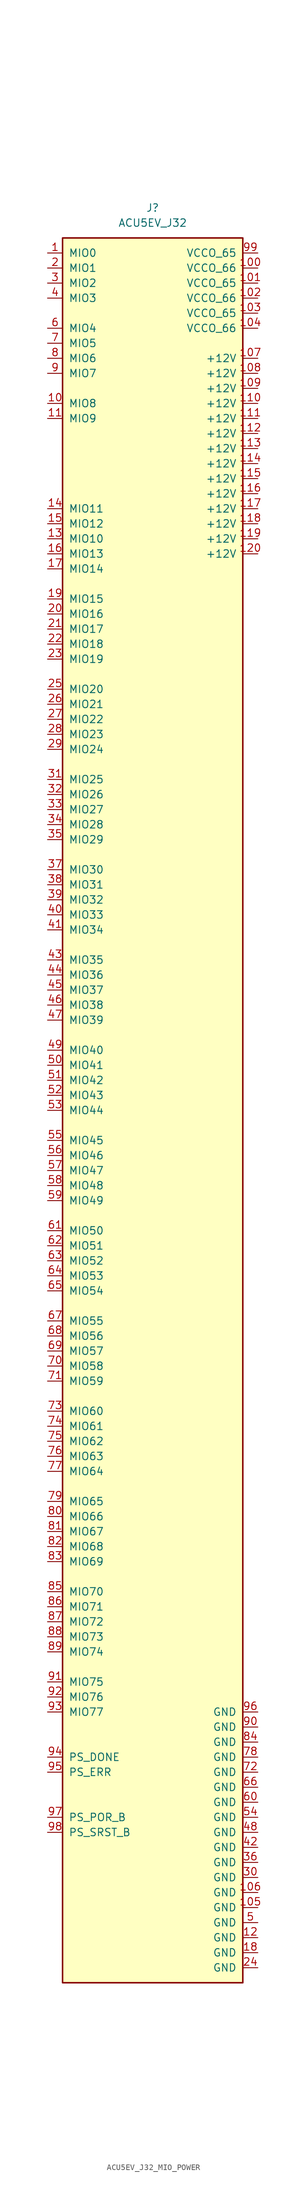
<source format=kicad_sym>
(kicad_symbol_lib
  (version 20231120)
  (generator "kicad_symbol_editor")
  (generator_version "8.0")
  (symbol "ACU5EV_J32_MIO_POWER"
    (pin_names
      (offset 1.016))
    (property "Reference" "J"
      (at 0 152.4 0)
      (effects (font (size 1.27 1.27))))
    (property "Value" "ACU5EV_J32"
      (at 0 149.86 0)
      (effects (font (size 1.27 1.27))))
    (symbol "ACU5EV_J32_MIO_POWER_0_1"
      (rectangle (start -15.24 147.32) (end 15.24 -147.32) (stroke (width 0.254) (type default)) (fill (type background))))
    (symbol "ACU5EV_J32_MIO_POWER_1_1"
      (pin bidirectional line (at -17.78 144.78 0) (length 2.54) (name "MIO0" (effects (font (size 1.27 1.27)))) (number "1" (effects (font (size 1.27 1.27)))))
      (pin bidirectional line (at -17.78 119.38 0) (length 2.54) (name "MIO8" (effects (font (size 1.27 1.27)))) (number "10" (effects (font (size 1.27 1.27)))))
      (pin bidirectional line (at -17.78 93.98 0) (length 2.54) (name "MIO13" (effects (font (size 1.27 1.27)))) (number "16" (effects (font (size 1.27 1.27)))))
      (pin bidirectional line (at -17.78 91.44 0) (length 2.54) (name "MIO14" (effects (font (size 1.27 1.27)))) (number "17" (effects (font (size 1.27 1.27)))))
      (pin bidirectional line (at -17.78 86.36 0) (length 2.54) (name "MIO15" (effects (font (size 1.27 1.27)))) (number "19" (effects (font (size 1.27 1.27)))))
      (pin bidirectional line (at -17.78 142.24 0) (length 2.54) (name "MIO1" (effects (font (size 1.27 1.27)))) (number "2" (effects (font (size 1.27 1.27)))))
      (pin bidirectional line (at -17.78 83.82 0) (length 2.54) (name "MIO16" (effects (font (size 1.27 1.27)))) (number "20" (effects (font (size 1.27 1.27)))))
      (pin bidirectional line (at -17.78 81.28 0) (length 2.54) (name "MIO17" (effects (font (size 1.27 1.27)))) (number "21" (effects (font (size 1.27 1.27)))))
      (pin bidirectional line (at -17.78 78.74 0) (length 2.54) (name "MIO18" (effects (font (size 1.27 1.27)))) (number "22" (effects (font (size 1.27 1.27)))))
      (pin bidirectional line (at -17.78 76.2 0) (length 2.54) (name "MIO19" (effects (font (size 1.27 1.27)))) (number "23" (effects (font (size 1.27 1.27)))))
      (pin bidirectional line (at -17.78 71.12 0) (length 2.54) (name "MIO20" (effects (font (size 1.27 1.27)))) (number "25" (effects (font (size 1.27 1.27)))))
      (pin bidirectional line (at -17.78 68.58 0) (length 2.54) (name "MIO21" (effects (font (size 1.27 1.27)))) (number "26" (effects (font (size 1.27 1.27)))))
      (pin bidirectional line (at -17.78 66.04 0) (length 2.54) (name "MIO22" (effects (font (size 1.27 1.27)))) (number "27" (effects (font (size 1.27 1.27)))))
      (pin bidirectional line (at -17.78 63.5 0) (length 2.54) (name "MIO23" (effects (font (size 1.27 1.27)))) (number "28" (effects (font (size 1.27 1.27)))))
      (pin bidirectional line (at -17.78 60.96 0) (length 2.54) (name "MIO24" (effects (font (size 1.27 1.27)))) (number "29" (effects (font (size 1.27 1.27)))))
      (pin bidirectional line (at -17.78 139.7 0) (length 2.54) (name "MIO2" (effects (font (size 1.27 1.27)))) (number "3" (effects (font (size 1.27 1.27)))))
      (pin bidirectional line (at -17.78 55.88 0) (length 2.54) (name "MIO25" (effects (font (size 1.27 1.27)))) (number "31" (effects (font (size 1.27 1.27)))))
      (pin bidirectional line (at -17.78 53.34 0) (length 2.54) (name "MIO26" (effects (font (size 1.27 1.27)))) (number "32" (effects (font (size 1.27 1.27)))))
      (pin bidirectional line (at -17.78 50.8 0) (length 2.54) (name "MIO27" (effects (font (size 1.27 1.27)))) (number "33" (effects (font (size 1.27 1.27)))))
      (pin bidirectional line (at -17.78 48.26 0) (length 2.54) (name "MIO28" (effects (font (size 1.27 1.27)))) (number "34" (effects (font (size 1.27 1.27)))))
      (pin bidirectional line (at -17.78 45.72 0) (length 2.54) (name "MIO29" (effects (font (size 1.27 1.27)))) (number "35" (effects (font (size 1.27 1.27)))))
      (pin bidirectional line (at -17.78 40.64 0) (length 2.54) (name "MIO30" (effects (font (size 1.27 1.27)))) (number "37" (effects (font (size 1.27 1.27)))))
      (pin bidirectional line (at -17.78 38.1 0) (length 2.54) (name "MIO31" (effects (font (size 1.27 1.27)))) (number "38" (effects (font (size 1.27 1.27)))))
      (pin bidirectional line (at -17.78 35.56 0) (length 2.54) (name "MIO32" (effects (font (size 1.27 1.27)))) (number "39" (effects (font (size 1.27 1.27)))))
      (pin bidirectional line (at -17.78 137.16 0) (length 2.54) (name "MIO3" (effects (font (size 1.27 1.27)))) (number "4" (effects (font (size 1.27 1.27)))))
      (pin bidirectional line (at -17.78 33.02 0) (length 2.54) (name "MIO33" (effects (font (size 1.27 1.27)))) (number "40" (effects (font (size 1.27 1.27)))))
      (pin bidirectional line (at -17.78 30.48 0) (length 2.54) (name "MIO34" (effects (font (size 1.27 1.27)))) (number "41" (effects (font (size 1.27 1.27)))))
      (pin bidirectional line (at -17.78 25.4 0) (length 2.54) (name "MIO35" (effects (font (size 1.27 1.27)))) (number "43" (effects (font (size 1.27 1.27)))))
      (pin bidirectional line (at -17.78 22.86 0) (length 2.54) (name "MIO36" (effects (font (size 1.27 1.27)))) (number "44" (effects (font (size 1.27 1.27)))))
      (pin bidirectional line (at -17.78 20.32 0) (length 2.54) (name "MIO37" (effects (font (size 1.27 1.27)))) (number "45" (effects (font (size 1.27 1.27)))))
      (pin bidirectional line (at -17.78 17.78 0) (length 2.54) (name "MIO38" (effects (font (size 1.27 1.27)))) (number "46" (effects (font (size 1.27 1.27)))))
      (pin bidirectional line (at -17.78 15.24 0) (length 2.54) (name "MIO39" (effects (font (size 1.27 1.27)))) (number "47" (effects (font (size 1.27 1.27)))))
      (pin bidirectional line (at -17.78 10.16 0) (length 2.54) (name "MIO40" (effects (font (size 1.27 1.27)))) (number "49" (effects (font (size 1.27 1.27)))))
      (pin power_in line (at 17.78 -137.16 180) (length 2.54) (name "GND" (effects (font (size 1.27 1.27)))) (number "5" (effects (font (size 1.27 1.27)))))
      (pin bidirectional line (at -17.78 7.62 0) (length 2.54) (name "MIO41" (effects (font (size 1.27 1.27)))) (number "50" (effects (font (size 1.27 1.27)))))
      (pin bidirectional line (at -17.78 5.08 0) (length 2.54) (name "MIO42" (effects (font (size 1.27 1.27)))) (number "51" (effects (font (size 1.27 1.27)))))
      (pin bidirectional line (at -17.78 2.54 0) (length 2.54) (name "MIO43" (effects (font (size 1.27 1.27)))) (number "52" (effects (font (size 1.27 1.27)))))
      (pin bidirectional line (at -17.78 0 0) (length 2.54) (name "MIO44" (effects (font (size 1.27 1.27)))) (number "53" (effects (font (size 1.27 1.27)))))
      (pin bidirectional line (at -17.78 -5.08 0) (length 2.54) (name "MIO45" (effects (font (size 1.27 1.27)))) (number "55" (effects (font (size 1.27 1.27)))))
      (pin bidirectional line (at -17.78 -7.62 0) (length 2.54) (name "MIO46" (effects (font (size 1.27 1.27)))) (number "56" (effects (font (size 1.27 1.27)))))
      (pin bidirectional line (at -17.78 -10.16 0) (length 2.54) (name "MIO47" (effects (font (size 1.27 1.27)))) (number "57" (effects (font (size 1.27 1.27)))))
      (pin bidirectional line (at -17.78 -12.7 0) (length 2.54) (name "MIO48" (effects (font (size 1.27 1.27)))) (number "58" (effects (font (size 1.27 1.27)))))
      (pin bidirectional line (at -17.78 -15.24 0) (length 2.54) (name "MIO49" (effects (font (size 1.27 1.27)))) (number "59" (effects (font (size 1.27 1.27)))))
      (pin bidirectional line (at -17.78 132.08 0) (length 2.54) (name "MIO4" (effects (font (size 1.27 1.27)))) (number "6" (effects (font (size 1.27 1.27)))))
      (pin bidirectional line (at -17.78 -20.32 0) (length 2.54) (name "MIO50" (effects (font (size 1.27 1.27)))) (number "61" (effects (font (size 1.27 1.27)))))
      (pin bidirectional line (at -17.78 -22.86 0) (length 2.54) (name "MIO51" (effects (font (size 1.27 1.27)))) (number "62" (effects (font (size 1.27 1.27)))))
      (pin bidirectional line (at -17.78 -25.4 0) (length 2.54) (name "MIO52" (effects (font (size 1.27 1.27)))) (number "63" (effects (font (size 1.27 1.27)))))
      (pin bidirectional line (at -17.78 -27.94 0) (length 2.54) (name "MIO53" (effects (font (size 1.27 1.27)))) (number "64" (effects (font (size 1.27 1.27)))))
      (pin bidirectional line (at -17.78 -30.48 0) (length 2.54) (name "MIO54" (effects (font (size 1.27 1.27)))) (number "65" (effects (font (size 1.27 1.27)))))
      (pin bidirectional line (at -17.78 -35.56 0) (length 2.54) (name "MIO55" (effects (font (size 1.27 1.27)))) (number "67" (effects (font (size 1.27 1.27)))))
      (pin bidirectional line (at -17.78 -38.1 0) (length 2.54) (name "MIO56" (effects (font (size 1.27 1.27)))) (number "68" (effects (font (size 1.27 1.27)))))
      (pin bidirectional line (at -17.78 -40.64 0) (length 2.54) (name "MIO57" (effects (font (size 1.27 1.27)))) (number "69" (effects (font (size 1.27 1.27)))))
      (pin bidirectional line (at -17.78 129.54 0) (length 2.54) (name "MIO5" (effects (font (size 1.27 1.27)))) (number "7" (effects (font (size 1.27 1.27)))))
      (pin bidirectional line (at -17.78 -43.18 0) (length 2.54) (name "MIO58" (effects (font (size 1.27 1.27)))) (number "70" (effects (font (size 1.27 1.27)))))
      (pin bidirectional line (at -17.78 -45.72 0) (length 2.54) (name "MIO59" (effects (font (size 1.27 1.27)))) (number "71" (effects (font (size 1.27 1.27)))))
      (pin bidirectional line (at -17.78 -50.8 0) (length 2.54) (name "MIO60" (effects (font (size 1.27 1.27)))) (number "73" (effects (font (size 1.27 1.27)))))
      (pin bidirectional line (at -17.78 -53.34 0) (length 2.54) (name "MIO61" (effects (font (size 1.27 1.27)))) (number "74" (effects (font (size 1.27 1.27)))))
      (pin bidirectional line (at -17.78 -55.88 0) (length 2.54) (name "MIO62" (effects (font (size 1.27 1.27)))) (number "75" (effects (font (size 1.27 1.27)))))
      (pin bidirectional line (at -17.78 -58.42 0) (length 2.54) (name "MIO63" (effects (font (size 1.27 1.27)))) (number "76" (effects (font (size 1.27 1.27)))))
      (pin bidirectional line (at -17.78 -60.96 0) (length 2.54) (name "MIO64" (effects (font (size 1.27 1.27)))) (number "77" (effects (font (size 1.27 1.27)))))
      (pin bidirectional line (at -17.78 -66.04 0) (length 2.54) (name "MIO65" (effects (font (size 1.27 1.27)))) (number "79" (effects (font (size 1.27 1.27)))))
      (pin bidirectional line (at -17.78 127 0) (length 2.54) (name "MIO6" (effects (font (size 1.27 1.27)))) (number "8" (effects (font (size 1.27 1.27)))))
      (pin bidirectional line (at -17.78 -68.58 0) (length 2.54) (name "MIO66" (effects (font (size 1.27 1.27)))) (number "80" (effects (font (size 1.27 1.27)))))
      (pin bidirectional line (at -17.78 -71.12 0) (length 2.54) (name "MIO67" (effects (font (size 1.27 1.27)))) (number "81" (effects (font (size 1.27 1.27)))))
      (pin bidirectional line (at -17.78 -73.66 0) (length 2.54) (name "MIO68" (effects (font (size 1.27 1.27)))) (number "82" (effects (font (size 1.27 1.27)))))
      (pin bidirectional line (at -17.78 -76.2 0) (length 2.54) (name "MIO69" (effects (font (size 1.27 1.27)))) (number "83" (effects (font (size 1.27 1.27)))))
      (pin bidirectional line (at -17.78 -81.28 0) (length 2.54) (name "MIO70" (effects (font (size 1.27 1.27)))) (number "85" (effects (font (size 1.27 1.27)))))
      (pin bidirectional line (at -17.78 -83.82 0) (length 2.54) (name "MIO71" (effects (font (size 1.27 1.27)))) (number "86" (effects (font (size 1.27 1.27)))))
      (pin bidirectional line (at -17.78 -86.36 0) (length 2.54) (name "MIO72" (effects (font (size 1.27 1.27)))) (number "87" (effects (font (size 1.27 1.27)))))
      (pin bidirectional line (at -17.78 -88.9 0) (length 2.54) (name "MIO73" (effects (font (size 1.27 1.27)))) (number "88" (effects (font (size 1.27 1.27)))))
      (pin bidirectional line (at -17.78 -91.44 0) (length 2.54) (name "MIO74" (effects (font (size 1.27 1.27)))) (number "89" (effects (font (size 1.27 1.27)))))
      (pin bidirectional line (at -17.78 124.46 0) (length 2.54) (name "MIO7" (effects (font (size 1.27 1.27)))) (number "9" (effects (font (size 1.27 1.27)))))
      (pin bidirectional line (at -17.78 -96.52 0) (length 2.54) (name "MIO75" (effects (font (size 1.27 1.27)))) (number "91" (effects (font (size 1.27 1.27)))))
      (pin bidirectional line (at -17.78 -99.06 0) (length 2.54) (name "MIO76" (effects (font (size 1.27 1.27)))) (number "92" (effects (font (size 1.27 1.27)))))
      (pin bidirectional line (at -17.78 -101.6 0) (length 2.54) (name "MIO77" (effects (font (size 1.27 1.27)))) (number "93" (effects (font (size 1.27 1.27)))))
      (pin output line (at -17.78 -109.22 0) (length 2.54) (name "PS_DONE" (effects (font (size 1.27 1.27)))) (number "94" (effects (font (size 1.27 1.27)))))
      (pin output line (at -17.78 -111.76 0) (length 2.54) (name "PS_ERR" (effects (font (size 1.27 1.27)))) (number "95" (effects (font (size 1.27 1.27)))))
      (pin input line (at -17.78 -119.38 0) (length 2.54) (name "PS_POR_B" (effects (font (size 1.27 1.27)))) (number "97" (effects (font (size 1.27 1.27)))))
      (pin input line (at -17.78 -121.92 0) (length 2.54) (name "PS_SRST_B" (effects (font (size 1.27 1.27)))) (number "98" (effects (font (size 1.27 1.27)))))
      (pin power_in line (at 17.78 144.78 180) (length 2.54) (name "VCCO_65" (effects (font (size 1.27 1.27)))) (number "99" (effects (font (size 1.27 1.27)))))
      (pin power_in line (at 17.78 142.24 180) (length 2.54) (name "VCCO_66" (effects (font (size 1.27 1.27)))) (number "100" (effects (font (size 1.27 1.27)))))
      (pin power_in line (at 17.78 139.7 180) (length 2.54) (name "VCCO_65" (effects (font (size 1.27 1.27)))) (number "101" (effects (font (size 1.27 1.27)))))
      (pin power_in line (at 17.78 137.16 180) (length 2.54) (name "VCCO_66" (effects (font (size 1.27 1.27)))) (number "102" (effects (font (size 1.27 1.27)))))
      (pin power_in line (at 17.78 134.62 180) (length 2.54) (name "VCCO_65" (effects (font (size 1.27 1.27)))) (number "103" (effects (font (size 1.27 1.27)))))
      (pin power_in line (at 17.78 132.08 180) (length 2.54) (name "VCCO_66" (effects (font (size 1.27 1.27)))) (number "104" (effects (font (size 1.27 1.27)))))
      (pin power_in line (at 17.78 -134.62 180) (length 2.54) (name "GND" (effects (font (size 1.27 1.27)))) (number "105" (effects (font (size 1.27 1.27)))))
      (pin power_in line (at 17.78 -132.08 180) (length 2.54) (name "GND" (effects (font (size 1.27 1.27)))) (number "106" (effects (font (size 1.27 1.27)))))
      (pin power_in line (at 17.78 127 180) (length 2.54) (name "+12V" (effects (font (size 1.27 1.27)))) (number "107" (effects (font (size 1.27 1.27)))))
      (pin power_in line (at 17.78 124.46 180) (length 2.54) (name "+12V" (effects (font (size 1.27 1.27)))) (number "108" (effects (font (size 1.27 1.27)))))
      (pin power_in line (at 17.78 121.92 180) (length 2.54) (name "+12V" (effects (font (size 1.27 1.27)))) (number "109" (effects (font (size 1.27 1.27)))))
      (pin power_in line (at 17.78 119.38 180) (length 2.54) (name "+12V" (effects (font (size 1.27 1.27)))) (number "110" (effects (font (size 1.27 1.27)))))
      (pin power_in line (at 17.78 116.84 180) (length 2.54) (name "+12V" (effects (font (size 1.27 1.27)))) (number "111" (effects (font (size 1.27 1.27)))))
      (pin power_in line (at 17.78 114.3 180) (length 2.54) (name "+12V" (effects (font (size 1.27 1.27)))) (number "112" (effects (font (size 1.27 1.27)))))
      (pin power_in line (at 17.78 111.76 180) (length 2.54) (name "+12V" (effects (font (size 1.27 1.27)))) (number "113" (effects (font (size 1.27 1.27)))))
      (pin power_in line (at 17.78 109.22 180) (length 2.54) (name "+12V" (effects (font (size 1.27 1.27)))) (number "114" (effects (font (size 1.27 1.27)))))
      (pin power_in line (at 17.78 106.68 180) (length 2.54) (name "+12V" (effects (font (size 1.27 1.27)))) (number "115" (effects (font (size 1.27 1.27)))))
      (pin power_in line (at 17.78 104.14 180) (length 2.54) (name "+12V" (effects (font (size 1.27 1.27)))) (number "116" (effects (font (size 1.27 1.27)))))
      (pin power_in line (at 17.78 101.6 180) (length 2.54) (name "+12V" (effects (font (size 1.27 1.27)))) (number "117" (effects (font (size 1.27 1.27)))))
      (pin power_in line (at 17.78 99.06 180) (length 2.54) (name "+12V" (effects (font (size 1.27 1.27)))) (number "118" (effects (font (size 1.27 1.27)))))
      (pin power_in line (at 17.78 96.52 180) (length 2.54) (name "+12V" (effects (font (size 1.27 1.27)))) (number "119" (effects (font (size 1.27 1.27)))))
      (pin power_in line (at 17.78 93.98 180) (length 2.54) (name "+12V" (effects (font (size 1.27 1.27)))) (number "120" (effects (font (size 1.27 1.27)))))
      (pin power_in line (at 17.78 -139.7 180) (length 2.54) (name "GND" (effects (font (size 1.27 1.27)))) (number "12" (effects (font (size 1.27 1.27)))))
      (pin bidirectional line (at -17.78 96.52 0) (length 2.54) (name "MIO10" (effects (font (size 1.27 1.27)))) (number "13" (effects (font (size 1.27 1.27)))))
      (pin bidirectional line (at -17.78 116.84 0) (length 2.54) (name "MIO9" (effects (font (size 1.27 1.27)))) (number "11" (effects (font (size 1.27 1.27)))))
      (pin bidirectional line (at -17.78 99.06 0) (length 2.54) (name "MIO12" (effects (font (size 1.27 1.27)))) (number "15" (effects (font (size 1.27 1.27)))))
      (pin bidirectional line (at -17.78 101.6 0) (length 2.54) (name "MIO11" (effects (font (size 1.27 1.27)))) (number "14" (effects (font (size 1.27 1.27)))))
      (pin power_in line (at 17.78 -142.24 180) (length 2.54) (name "GND" (effects (font (size 1.27 1.27)))) (number "18" (effects (font (size 1.27 1.27)))))
      (pin power_in line (at 17.78 -144.78 180) (length 2.54) (name "GND" (effects (font (size 1.27 1.27)))) (number "24" (effects (font (size 1.27 1.27)))))
      (pin power_in line (at 17.78 -129.54 180) (length 2.54) (name "GND" (effects (font (size 1.27 1.27)))) (number "30" (effects (font (size 1.27 1.27)))))
      (pin power_in line (at 17.78 -127 180) (length 2.54) (name "GND" (effects (font (size 1.27 1.27)))) (number "36" (effects (font (size 1.27 1.27)))))
      (pin power_in line (at 17.78 -124.46 180) (length 2.54) (name "GND" (effects (font (size 1.27 1.27)))) (number "42" (effects (font (size 1.27 1.27)))))
      (pin power_in line (at 17.78 -121.92 180) (length 2.54) (name "GND" (effects (font (size 1.27 1.27)))) (number "48" (effects (font (size 1.27 1.27)))))
      (pin power_in line (at 17.78 -119.38 180) (length 2.54) (name "GND" (effects (font (size 1.27 1.27)))) (number "54" (effects (font (size 1.27 1.27)))))
      (pin power_in line (at 17.78 -116.84 180) (length 2.54) (name "GND" (effects (font (size 1.27 1.27)))) (number "60" (effects (font (size 1.27 1.27)))))
      (pin power_in line (at 17.78 -114.3 180) (length 2.54) (name "GND" (effects (font (size 1.27 1.27)))) (number "66" (effects (font (size 1.27 1.27)))))
      (pin power_in line (at 17.78 -111.76 180) (length 2.54) (name "GND" (effects (font (size 1.27 1.27)))) (number "72" (effects (font (size 1.27 1.27)))))
      (pin power_in line (at 17.78 -109.22 180) (length 2.54) (name "GND" (effects (font (size 1.27 1.27)))) (number "78" (effects (font (size 1.27 1.27)))))
      (pin power_in line (at 17.78 -106.68 180) (length 2.54) (name "GND" (effects (font (size 1.27 1.27)))) (number "84" (effects (font (size 1.27 1.27)))))
      (pin power_in line (at 17.78 -104.14 180) (length 2.54) (name "GND" (effects (font (size 1.27 1.27)))) (number "90" (effects (font (size 1.27 1.27)))))
      (pin power_in line (at 17.78 -101.6 180) (length 2.54) (name "GND" (effects (font (size 1.27 1.27)))) (number "96" (effects (font (size 1.27 1.27))))))))
</source>
